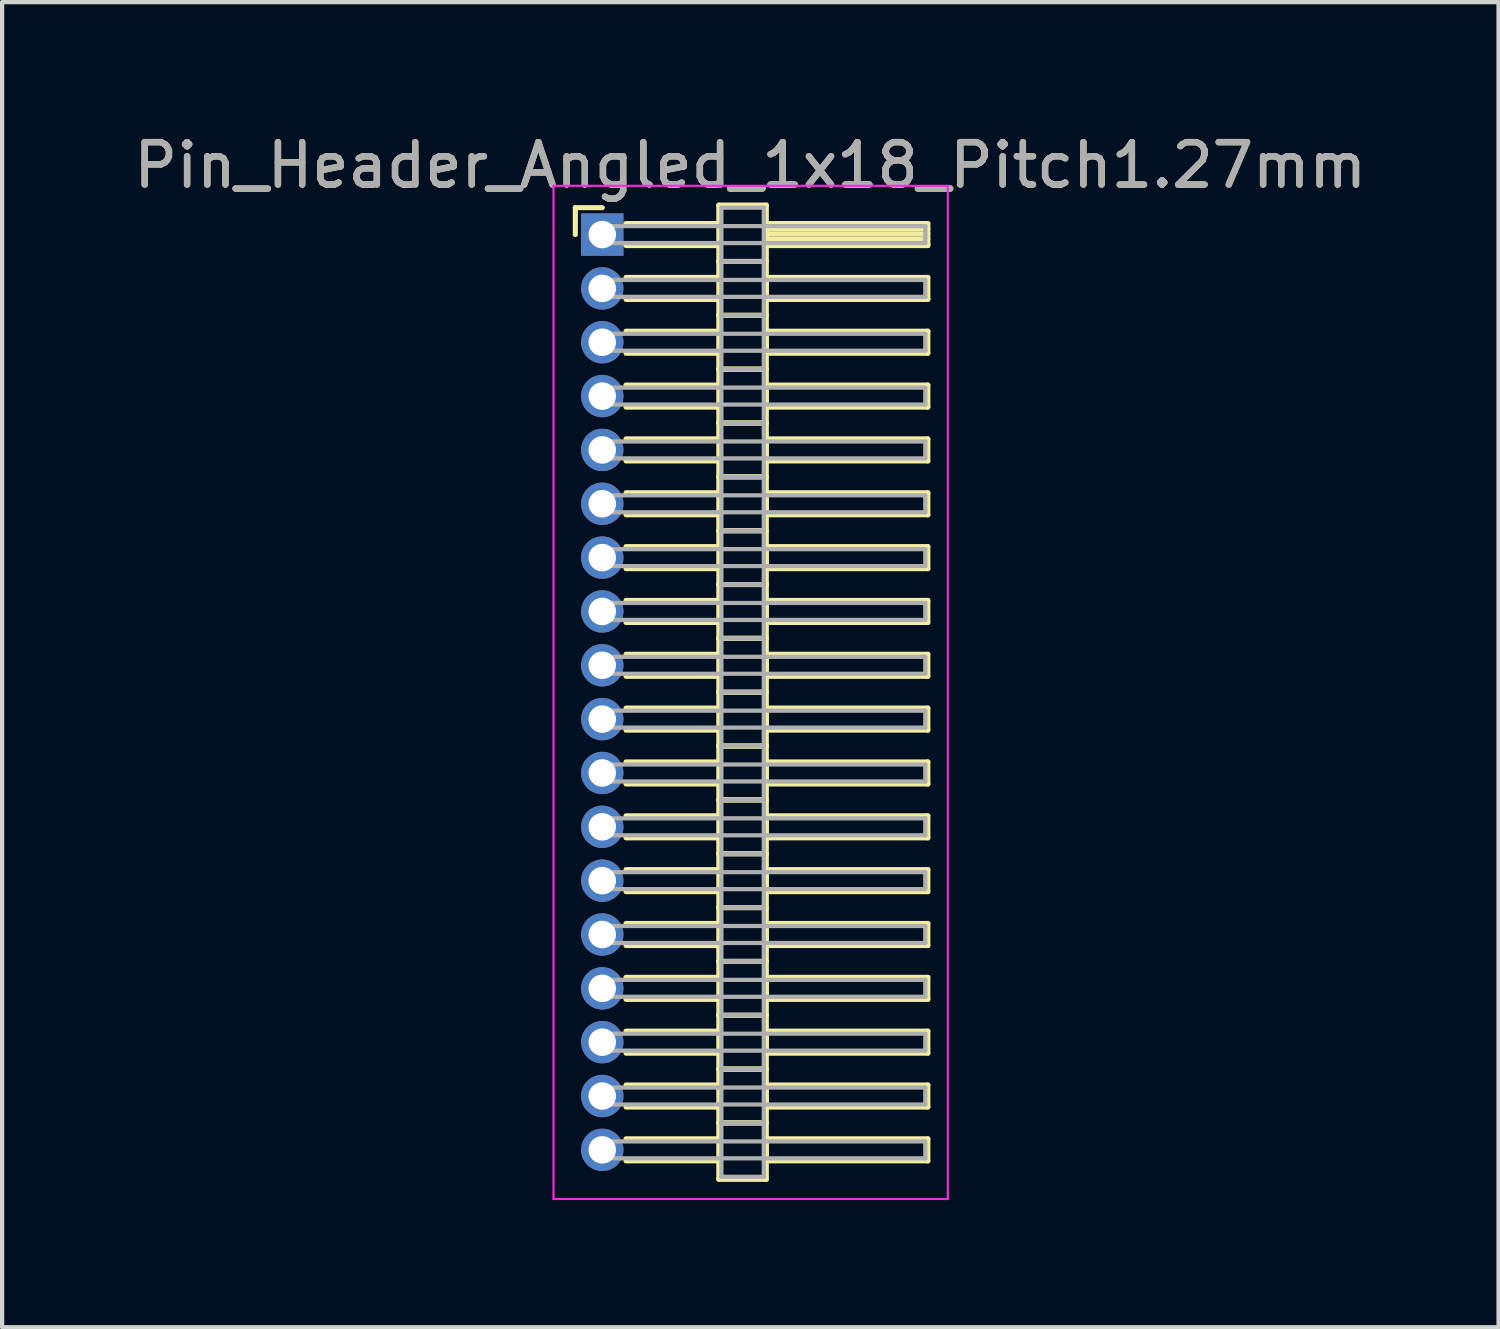
<source format=kicad_pcb>
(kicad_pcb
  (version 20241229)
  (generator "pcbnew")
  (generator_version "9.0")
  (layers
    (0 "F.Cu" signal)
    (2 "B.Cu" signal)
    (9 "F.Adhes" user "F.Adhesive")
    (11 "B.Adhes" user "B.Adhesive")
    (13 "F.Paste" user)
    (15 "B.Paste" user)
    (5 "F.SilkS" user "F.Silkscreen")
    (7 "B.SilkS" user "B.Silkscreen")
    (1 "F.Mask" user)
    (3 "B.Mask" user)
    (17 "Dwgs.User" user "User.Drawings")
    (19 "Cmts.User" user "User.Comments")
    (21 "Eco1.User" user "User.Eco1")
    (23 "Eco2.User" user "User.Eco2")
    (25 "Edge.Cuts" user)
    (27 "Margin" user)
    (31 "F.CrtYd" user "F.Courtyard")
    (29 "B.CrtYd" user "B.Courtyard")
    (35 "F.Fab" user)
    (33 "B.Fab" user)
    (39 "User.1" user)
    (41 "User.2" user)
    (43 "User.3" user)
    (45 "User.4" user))
  (footprint "Pin_Header_Angled_1x18_Pitch1.27mm"
    (layer "F.Cu")
    (at 11.156 2.483)
    (property "Reference" "Pin_Header_Angled_1x18_Pitch1.27mm" (at 3.493 -1.635 0) (layer "F.SilkS") (effects (font (size 1 1) (thickness 0.15))))
    (attr through_hole)
    (fp_line (start -0.635 -0.635) (end 0 -0.635) (stroke (width 0.12) (type solid)) (layer "F.SilkS"))
    (fp_line (start -0.635 0) (end -0.635 -0.635) (stroke (width 0.12) (type solid)) (layer "F.SilkS"))
    (fp_line (start 0.56 -0.26) (end 2.75 -0.26) (stroke (width 0.12) (type solid)) (layer "F.SilkS"))
    (fp_line (start 0.56 0.26) (end 2.75 0.26) (stroke (width 0.12) (type solid)) (layer "F.SilkS"))
    (fp_line (start 0.56 1.01) (end 2.75 1.01) (stroke (width 0.12) (type solid)) (layer "F.SilkS"))
    (fp_line (start 0.56 1.53) (end 2.75 1.53) (stroke (width 0.12) (type solid)) (layer "F.SilkS"))
    (fp_line (start 0.56 2.28) (end 2.75 2.28) (stroke (width 0.12) (type solid)) (layer "F.SilkS"))
    (fp_line (start 0.56 2.8) (end 2.75 2.8) (stroke (width 0.12) (type solid)) (layer "F.SilkS"))
    (fp_line (start 0.56 3.55) (end 2.75 3.55) (stroke (width 0.12) (type solid)) (layer "F.SilkS"))
    (fp_line (start 0.56 4.07) (end 2.75 4.07) (stroke (width 0.12) (type solid)) (layer "F.SilkS"))
    (fp_line (start 0.56 4.82) (end 2.75 4.82) (stroke (width 0.12) (type solid)) (layer "F.SilkS"))
    (fp_line (start 0.56 5.34) (end 2.75 5.34) (stroke (width 0.12) (type solid)) (layer "F.SilkS"))
    (fp_line (start 0.56 6.09) (end 2.75 6.09) (stroke (width 0.12) (type solid)) (layer "F.SilkS"))
    (fp_line (start 0.56 6.61) (end 2.75 6.61) (stroke (width 0.12) (type solid)) (layer "F.SilkS"))
    (fp_line (start 0.56 7.36) (end 2.75 7.36) (stroke (width 0.12) (type solid)) (layer "F.SilkS"))
    (fp_line (start 0.56 7.88) (end 2.75 7.88) (stroke (width 0.12) (type solid)) (layer "F.SilkS"))
    (fp_line (start 0.56 8.63) (end 2.75 8.63) (stroke (width 0.12) (type solid)) (layer "F.SilkS"))
    (fp_line (start 0.56 9.15) (end 2.75 9.15) (stroke (width 0.12) (type solid)) (layer "F.SilkS"))
    (fp_line (start 0.56 9.9) (end 2.75 9.9) (stroke (width 0.12) (type solid)) (layer "F.SilkS"))
    (fp_line (start 0.56 10.42) (end 2.75 10.42) (stroke (width 0.12) (type solid)) (layer "F.SilkS"))
    (fp_line (start 0.56 11.17) (end 2.75 11.17) (stroke (width 0.12) (type solid)) (layer "F.SilkS"))
    (fp_line (start 0.56 11.69) (end 2.75 11.69) (stroke (width 0.12) (type solid)) (layer "F.SilkS"))
    (fp_line (start 0.56 12.44) (end 2.75 12.44) (stroke (width 0.12) (type solid)) (layer "F.SilkS"))
    (fp_line (start 0.56 12.96) (end 2.75 12.96) (stroke (width 0.12) (type solid)) (layer "F.SilkS"))
    (fp_line (start 0.56 13.71) (end 2.75 13.71) (stroke (width 0.12) (type solid)) (layer "F.SilkS"))
    (fp_line (start 0.56 14.23) (end 2.75 14.23) (stroke (width 0.12) (type solid)) (layer "F.SilkS"))
    (fp_line (start 0.56 14.98) (end 2.75 14.98) (stroke (width 0.12) (type solid)) (layer "F.SilkS"))
    (fp_line (start 0.56 15.5) (end 2.75 15.5) (stroke (width 0.12) (type solid)) (layer "F.SilkS"))
    (fp_line (start 0.56 16.25) (end 2.75 16.25) (stroke (width 0.12) (type solid)) (layer "F.SilkS"))
    (fp_line (start 0.56 16.77) (end 2.75 16.77) (stroke (width 0.12) (type solid)) (layer "F.SilkS"))
    (fp_line (start 0.56 17.52) (end 2.75 17.52) (stroke (width 0.12) (type solid)) (layer "F.SilkS"))
    (fp_line (start 0.56 18.04) (end 2.75 18.04) (stroke (width 0.12) (type solid)) (layer "F.SilkS"))
    (fp_line (start 0.56 18.79) (end 2.75 18.79) (stroke (width 0.12) (type solid)) (layer "F.SilkS"))
    (fp_line (start 0.56 19.31) (end 2.75 19.31) (stroke (width 0.12) (type solid)) (layer "F.SilkS"))
    (fp_line (start 0.56 20.06) (end 2.75 20.06) (stroke (width 0.12) (type solid)) (layer "F.SilkS"))
    (fp_line (start 0.56 20.58) (end 2.75 20.58) (stroke (width 0.12) (type solid)) (layer "F.SilkS"))
    (fp_line (start 0.56 21.33) (end 2.75 21.33) (stroke (width 0.12) (type solid)) (layer "F.SilkS"))
    (fp_line (start 0.56 21.85) (end 2.75 21.85) (stroke (width 0.12) (type solid)) (layer "F.SilkS"))
    (fp_line (start 2.75 -0.695) (end 2.75 0.635) (stroke (width 0.12) (type solid)) (layer "F.SilkS"))
    (fp_line (start 2.75 0.635) (end 2.75 1.905) (stroke (width 0.12) (type solid)) (layer "F.SilkS"))
    (fp_line (start 2.75 0.635) (end 3.87 0.635) (stroke (width 0.12) (type solid)) (layer "F.SilkS"))
    (fp_line (start 2.75 1.905) (end 2.75 3.175) (stroke (width 0.12) (type solid)) (layer "F.SilkS"))
    (fp_line (start 2.75 1.905) (end 3.87 1.905) (stroke (width 0.12) (type solid)) (layer "F.SilkS"))
    (fp_line (start 2.75 3.175) (end 2.75 4.445) (stroke (width 0.12) (type solid)) (layer "F.SilkS"))
    (fp_line (start 2.75 3.175) (end 3.87 3.175) (stroke (width 0.12) (type solid)) (layer "F.SilkS"))
    (fp_line (start 2.75 4.445) (end 2.75 5.715) (stroke (width 0.12) (type solid)) (layer "F.SilkS"))
    (fp_line (start 2.75 4.445) (end 3.87 4.445) (stroke (width 0.12) (type solid)) (layer "F.SilkS"))
    (fp_line (start 2.75 5.715) (end 2.75 6.985) (stroke (width 0.12) (type solid)) (layer "F.SilkS"))
    (fp_line (start 2.75 5.715) (end 3.87 5.715) (stroke (width 0.12) (type solid)) (layer "F.SilkS"))
    (fp_line (start 2.75 6.985) (end 2.75 8.255) (stroke (width 0.12) (type solid)) (layer "F.SilkS"))
    (fp_line (start 2.75 6.985) (end 3.87 6.985) (stroke (width 0.12) (type solid)) (layer "F.SilkS"))
    (fp_line (start 2.75 8.255) (end 2.75 9.525) (stroke (width 0.12) (type solid)) (layer "F.SilkS"))
    (fp_line (start 2.75 8.255) (end 3.87 8.255) (stroke (width 0.12) (type solid)) (layer "F.SilkS"))
    (fp_line (start 2.75 9.525) (end 2.75 10.795) (stroke (width 0.12) (type solid)) (layer "F.SilkS"))
    (fp_line (start 2.75 9.525) (end 3.87 9.525) (stroke (width 0.12) (type solid)) (layer "F.SilkS"))
    (fp_line (start 2.75 10.795) (end 2.75 12.065) (stroke (width 0.12) (type solid)) (layer "F.SilkS"))
    (fp_line (start 2.75 10.795) (end 3.87 10.795) (stroke (width 0.12) (type solid)) (layer "F.SilkS"))
    (fp_line (start 2.75 12.065) (end 2.75 13.335) (stroke (width 0.12) (type solid)) (layer "F.SilkS"))
    (fp_line (start 2.75 12.065) (end 3.87 12.065) (stroke (width 0.12) (type solid)) (layer "F.SilkS"))
    (fp_line (start 2.75 13.335) (end 2.75 14.605) (stroke (width 0.12) (type solid)) (layer "F.SilkS"))
    (fp_line (start 2.75 13.335) (end 3.87 13.335) (stroke (width 0.12) (type solid)) (layer "F.SilkS"))
    (fp_line (start 2.75 14.605) (end 2.75 15.875) (stroke (width 0.12) (type solid)) (layer "F.SilkS"))
    (fp_line (start 2.75 14.605) (end 3.87 14.605) (stroke (width 0.12) (type solid)) (layer "F.SilkS"))
    (fp_line (start 2.75 15.875) (end 2.75 17.145) (stroke (width 0.12) (type solid)) (layer "F.SilkS"))
    (fp_line (start 2.75 15.875) (end 3.87 15.875) (stroke (width 0.12) (type solid)) (layer "F.SilkS"))
    (fp_line (start 2.75 17.145) (end 2.75 18.415) (stroke (width 0.12) (type solid)) (layer "F.SilkS"))
    (fp_line (start 2.75 17.145) (end 3.87 17.145) (stroke (width 0.12) (type solid)) (layer "F.SilkS"))
    (fp_line (start 2.75 18.415) (end 2.75 19.685) (stroke (width 0.12) (type solid)) (layer "F.SilkS"))
    (fp_line (start 2.75 18.415) (end 3.87 18.415) (stroke (width 0.12) (type solid)) (layer "F.SilkS"))
    (fp_line (start 2.75 19.685) (end 2.75 20.955) (stroke (width 0.12) (type solid)) (layer "F.SilkS"))
    (fp_line (start 2.75 19.685) (end 3.87 19.685) (stroke (width 0.12) (type solid)) (layer "F.SilkS"))
    (fp_line (start 2.75 20.955) (end 2.75 22.285) (stroke (width 0.12) (type solid)) (layer "F.SilkS"))
    (fp_line (start 2.75 20.955) (end 3.87 20.955) (stroke (width 0.12) (type solid)) (layer "F.SilkS"))
    (fp_line (start 2.75 22.285) (end 3.87 22.285) (stroke (width 0.12) (type solid)) (layer "F.SilkS"))
    (fp_line (start 3.87 -0.695) (end 2.75 -0.695) (stroke (width 0.12) (type solid)) (layer "F.SilkS"))
    (fp_line (start 3.87 -0.26) (end 3.87 0.26) (stroke (width 0.12) (type solid)) (layer "F.SilkS"))
    (fp_line (start 3.87 -0.14) (end 7.68 -0.14) (stroke (width 0.12) (type solid)) (layer "F.SilkS"))
    (fp_line (start 3.87 -0.02) (end 7.68 -0.02) (stroke (width 0.12) (type solid)) (layer "F.SilkS"))
    (fp_line (start 3.87 0.1) (end 7.68 0.1) (stroke (width 0.12) (type solid)) (layer "F.SilkS"))
    (fp_line (start 3.87 0.22) (end 7.68 0.22) (stroke (width 0.12) (type solid)) (layer "F.SilkS"))
    (fp_line (start 3.87 0.26) (end 7.68 0.26) (stroke (width 0.12) (type solid)) (layer "F.SilkS"))
    (fp_line (start 3.87 0.635) (end 2.75 0.635) (stroke (width 0.12) (type solid)) (layer "F.SilkS"))
    (fp_line (start 3.87 0.635) (end 3.87 -0.695) (stroke (width 0.12) (type solid)) (layer "F.SilkS"))
    (fp_line (start 3.87 1.01) (end 3.87 1.53) (stroke (width 0.12) (type solid)) (layer "F.SilkS"))
    (fp_line (start 3.87 1.53) (end 7.68 1.53) (stroke (width 0.12) (type solid)) (layer "F.SilkS"))
    (fp_line (start 3.87 1.905) (end 2.75 1.905) (stroke (width 0.12) (type solid)) (layer "F.SilkS"))
    (fp_line (start 3.87 1.905) (end 3.87 0.635) (stroke (width 0.12) (type solid)) (layer "F.SilkS"))
    (fp_line (start 3.87 2.28) (end 3.87 2.8) (stroke (width 0.12) (type solid)) (layer "F.SilkS"))
    (fp_line (start 3.87 2.8) (end 7.68 2.8) (stroke (width 0.12) (type solid)) (layer "F.SilkS"))
    (fp_line (start 3.87 3.175) (end 2.75 3.175) (stroke (width 0.12) (type solid)) (layer "F.SilkS"))
    (fp_line (start 3.87 3.175) (end 3.87 1.905) (stroke (width 0.12) (type solid)) (layer "F.SilkS"))
    (fp_line (start 3.87 3.55) (end 3.87 4.07) (stroke (width 0.12) (type solid)) (layer "F.SilkS"))
    (fp_line (start 3.87 4.07) (end 7.68 4.07) (stroke (width 0.12) (type solid)) (layer "F.SilkS"))
    (fp_line (start 3.87 4.445) (end 2.75 4.445) (stroke (width 0.12) (type solid)) (layer "F.SilkS"))
    (fp_line (start 3.87 4.445) (end 3.87 3.175) (stroke (width 0.12) (type solid)) (layer "F.SilkS"))
    (fp_line (start 3.87 4.82) (end 3.87 5.34) (stroke (width 0.12) (type solid)) (layer "F.SilkS"))
    (fp_line (start 3.87 5.34) (end 7.68 5.34) (stroke (width 0.12) (type solid)) (layer "F.SilkS"))
    (fp_line (start 3.87 5.715) (end 2.75 5.715) (stroke (width 0.12) (type solid)) (layer "F.SilkS"))
    (fp_line (start 3.87 5.715) (end 3.87 4.445) (stroke (width 0.12) (type solid)) (layer "F.SilkS"))
    (fp_line (start 3.87 6.09) (end 3.87 6.61) (stroke (width 0.12) (type solid)) (layer "F.SilkS"))
    (fp_line (start 3.87 6.61) (end 7.68 6.61) (stroke (width 0.12) (type solid)) (layer "F.SilkS"))
    (fp_line (start 3.87 6.985) (end 2.75 6.985) (stroke (width 0.12) (type solid)) (layer "F.SilkS"))
    (fp_line (start 3.87 6.985) (end 3.87 5.715) (stroke (width 0.12) (type solid)) (layer "F.SilkS"))
    (fp_line (start 3.87 7.36) (end 3.87 7.88) (stroke (width 0.12) (type solid)) (layer "F.SilkS"))
    (fp_line (start 3.87 7.88) (end 7.68 7.88) (stroke (width 0.12) (type solid)) (layer "F.SilkS"))
    (fp_line (start 3.87 8.255) (end 2.75 8.255) (stroke (width 0.12) (type solid)) (layer "F.SilkS"))
    (fp_line (start 3.87 8.255) (end 3.87 6.985) (stroke (width 0.12) (type solid)) (layer "F.SilkS"))
    (fp_line (start 3.87 8.63) (end 3.87 9.15) (stroke (width 0.12) (type solid)) (layer "F.SilkS"))
    (fp_line (start 3.87 9.15) (end 7.68 9.15) (stroke (width 0.12) (type solid)) (layer "F.SilkS"))
    (fp_line (start 3.87 9.525) (end 2.75 9.525) (stroke (width 0.12) (type solid)) (layer "F.SilkS"))
    (fp_line (start 3.87 9.525) (end 3.87 8.255) (stroke (width 0.12) (type solid)) (layer "F.SilkS"))
    (fp_line (start 3.87 9.9) (end 3.87 10.42) (stroke (width 0.12) (type solid)) (layer "F.SilkS"))
    (fp_line (start 3.87 10.42) (end 7.68 10.42) (stroke (width 0.12) (type solid)) (layer "F.SilkS"))
    (fp_line (start 3.87 10.795) (end 2.75 10.795) (stroke (width 0.12) (type solid)) (layer "F.SilkS"))
    (fp_line (start 3.87 10.795) (end 3.87 9.525) (stroke (width 0.12) (type solid)) (layer "F.SilkS"))
    (fp_line (start 3.87 11.17) (end 3.87 11.69) (stroke (width 0.12) (type solid)) (layer "F.SilkS"))
    (fp_line (start 3.87 11.69) (end 7.68 11.69) (stroke (width 0.12) (type solid)) (layer "F.SilkS"))
    (fp_line (start 3.87 12.065) (end 2.75 12.065) (stroke (width 0.12) (type solid)) (layer "F.SilkS"))
    (fp_line (start 3.87 12.065) (end 3.87 10.795) (stroke (width 0.12) (type solid)) (layer "F.SilkS"))
    (fp_line (start 3.87 12.44) (end 3.87 12.96) (stroke (width 0.12) (type solid)) (layer "F.SilkS"))
    (fp_line (start 3.87 12.96) (end 7.68 12.96) (stroke (width 0.12) (type solid)) (layer "F.SilkS"))
    (fp_line (start 3.87 13.335) (end 2.75 13.335) (stroke (width 0.12) (type solid)) (layer "F.SilkS"))
    (fp_line (start 3.87 13.335) (end 3.87 12.065) (stroke (width 0.12) (type solid)) (layer "F.SilkS"))
    (fp_line (start 3.87 13.71) (end 3.87 14.23) (stroke (width 0.12) (type solid)) (layer "F.SilkS"))
    (fp_line (start 3.87 14.23) (end 7.68 14.23) (stroke (width 0.12) (type solid)) (layer "F.SilkS"))
    (fp_line (start 3.87 14.605) (end 2.75 14.605) (stroke (width 0.12) (type solid)) (layer "F.SilkS"))
    (fp_line (start 3.87 14.605) (end 3.87 13.335) (stroke (width 0.12) (type solid)) (layer "F.SilkS"))
    (fp_line (start 3.87 14.98) (end 3.87 15.5) (stroke (width 0.12) (type solid)) (layer "F.SilkS"))
    (fp_line (start 3.87 15.5) (end 7.68 15.5) (stroke (width 0.12) (type solid)) (layer "F.SilkS"))
    (fp_line (start 3.87 15.875) (end 2.75 15.875) (stroke (width 0.12) (type solid)) (layer "F.SilkS"))
    (fp_line (start 3.87 15.875) (end 3.87 14.605) (stroke (width 0.12) (type solid)) (layer "F.SilkS"))
    (fp_line (start 3.87 16.25) (end 3.87 16.77) (stroke (width 0.12) (type solid)) (layer "F.SilkS"))
    (fp_line (start 3.87 16.77) (end 7.68 16.77) (stroke (width 0.12) (type solid)) (layer "F.SilkS"))
    (fp_line (start 3.87 17.145) (end 2.75 17.145) (stroke (width 0.12) (type solid)) (layer "F.SilkS"))
    (fp_line (start 3.87 17.145) (end 3.87 15.875) (stroke (width 0.12) (type solid)) (layer "F.SilkS"))
    (fp_line (start 3.87 17.52) (end 3.87 18.04) (stroke (width 0.12) (type solid)) (layer "F.SilkS"))
    (fp_line (start 3.87 18.04) (end 7.68 18.04) (stroke (width 0.12) (type solid)) (layer "F.SilkS"))
    (fp_line (start 3.87 18.415) (end 2.75 18.415) (stroke (width 0.12) (type solid)) (layer "F.SilkS"))
    (fp_line (start 3.87 18.415) (end 3.87 17.145) (stroke (width 0.12) (type solid)) (layer "F.SilkS"))
    (fp_line (start 3.87 18.79) (end 3.87 19.31) (stroke (width 0.12) (type solid)) (layer "F.SilkS"))
    (fp_line (start 3.87 19.31) (end 7.68 19.31) (stroke (width 0.12) (type solid)) (layer "F.SilkS"))
    (fp_line (start 3.87 19.685) (end 2.75 19.685) (stroke (width 0.12) (type solid)) (layer "F.SilkS"))
    (fp_line (start 3.87 19.685) (end 3.87 18.415) (stroke (width 0.12) (type solid)) (layer "F.SilkS"))
    (fp_line (start 3.87 20.06) (end 3.87 20.58) (stroke (width 0.12) (type solid)) (layer "F.SilkS"))
    (fp_line (start 3.87 20.58) (end 7.68 20.58) (stroke (width 0.12) (type solid)) (layer "F.SilkS"))
    (fp_line (start 3.87 20.955) (end 2.75 20.955) (stroke (width 0.12) (type solid)) (layer "F.SilkS"))
    (fp_line (start 3.87 20.955) (end 3.87 19.685) (stroke (width 0.12) (type solid)) (layer "F.SilkS"))
    (fp_line (start 3.87 21.33) (end 3.87 21.85) (stroke (width 0.12) (type solid)) (layer "F.SilkS"))
    (fp_line (start 3.87 21.85) (end 7.68 21.85) (stroke (width 0.12) (type solid)) (layer "F.SilkS"))
    (fp_line (start 3.87 22.285) (end 3.87 20.955) (stroke (width 0.12) (type solid)) (layer "F.SilkS"))
    (fp_line (start 7.68 -0.26) (end 3.87 -0.26) (stroke (width 0.12) (type solid)) (layer "F.SilkS"))
    (fp_line (start 7.68 0.26) (end 7.68 -0.26) (stroke (width 0.12) (type solid)) (layer "F.SilkS"))
    (fp_line (start 7.68 1.01) (end 3.87 1.01) (stroke (width 0.12) (type solid)) (layer "F.SilkS"))
    (fp_line (start 7.68 1.53) (end 7.68 1.01) (stroke (width 0.12) (type solid)) (layer "F.SilkS"))
    (fp_line (start 7.68 2.28) (end 3.87 2.28) (stroke (width 0.12) (type solid)) (layer "F.SilkS"))
    (fp_line (start 7.68 2.8) (end 7.68 2.28) (stroke (width 0.12) (type solid)) (layer "F.SilkS"))
    (fp_line (start 7.68 3.55) (end 3.87 3.55) (stroke (width 0.12) (type solid)) (layer "F.SilkS"))
    (fp_line (start 7.68 4.07) (end 7.68 3.55) (stroke (width 0.12) (type solid)) (layer "F.SilkS"))
    (fp_line (start 7.68 4.82) (end 3.87 4.82) (stroke (width 0.12) (type solid)) (layer "F.SilkS"))
    (fp_line (start 7.68 5.34) (end 7.68 4.82) (stroke (width 0.12) (type solid)) (layer "F.SilkS"))
    (fp_line (start 7.68 6.09) (end 3.87 6.09) (stroke (width 0.12) (type solid)) (layer "F.SilkS"))
    (fp_line (start 7.68 6.61) (end 7.68 6.09) (stroke (width 0.12) (type solid)) (layer "F.SilkS"))
    (fp_line (start 7.68 7.36) (end 3.87 7.36) (stroke (width 0.12) (type solid)) (layer "F.SilkS"))
    (fp_line (start 7.68 7.88) (end 7.68 7.36) (stroke (width 0.12) (type solid)) (layer "F.SilkS"))
    (fp_line (start 7.68 8.63) (end 3.87 8.63) (stroke (width 0.12) (type solid)) (layer "F.SilkS"))
    (fp_line (start 7.68 9.15) (end 7.68 8.63) (stroke (width 0.12) (type solid)) (layer "F.SilkS"))
    (fp_line (start 7.68 9.9) (end 3.87 9.9) (stroke (width 0.12) (type solid)) (layer "F.SilkS"))
    (fp_line (start 7.68 10.42) (end 7.68 9.9) (stroke (width 0.12) (type solid)) (layer "F.SilkS"))
    (fp_line (start 7.68 11.17) (end 3.87 11.17) (stroke (width 0.12) (type solid)) (layer "F.SilkS"))
    (fp_line (start 7.68 11.69) (end 7.68 11.17) (stroke (width 0.12) (type solid)) (layer "F.SilkS"))
    (fp_line (start 7.68 12.44) (end 3.87 12.44) (stroke (width 0.12) (type solid)) (layer "F.SilkS"))
    (fp_line (start 7.68 12.96) (end 7.68 12.44) (stroke (width 0.12) (type solid)) (layer "F.SilkS"))
    (fp_line (start 7.68 13.71) (end 3.87 13.71) (stroke (width 0.12) (type solid)) (layer "F.SilkS"))
    (fp_line (start 7.68 14.23) (end 7.68 13.71) (stroke (width 0.12) (type solid)) (layer "F.SilkS"))
    (fp_line (start 7.68 14.98) (end 3.87 14.98) (stroke (width 0.12) (type solid)) (layer "F.SilkS"))
    (fp_line (start 7.68 15.5) (end 7.68 14.98) (stroke (width 0.12) (type solid)) (layer "F.SilkS"))
    (fp_line (start 7.68 16.25) (end 3.87 16.25) (stroke (width 0.12) (type solid)) (layer "F.SilkS"))
    (fp_line (start 7.68 16.77) (end 7.68 16.25) (stroke (width 0.12) (type solid)) (layer "F.SilkS"))
    (fp_line (start 7.68 17.52) (end 3.87 17.52) (stroke (width 0.12) (type solid)) (layer "F.SilkS"))
    (fp_line (start 7.68 18.04) (end 7.68 17.52) (stroke (width 0.12) (type solid)) (layer "F.SilkS"))
    (fp_line (start 7.68 18.79) (end 3.87 18.79) (stroke (width 0.12) (type solid)) (layer "F.SilkS"))
    (fp_line (start 7.68 19.31) (end 7.68 18.79) (stroke (width 0.12) (type solid)) (layer "F.SilkS"))
    (fp_line (start 7.68 20.06) (end 3.87 20.06) (stroke (width 0.12) (type solid)) (layer "F.SilkS"))
    (fp_line (start 7.68 20.58) (end 7.68 20.06) (stroke (width 0.12) (type solid)) (layer "F.SilkS"))
    (fp_line (start 7.68 21.33) (end 3.87 21.33) (stroke (width 0.12) (type solid)) (layer "F.SilkS"))
    (fp_line (start 7.68 21.85) (end 7.68 21.33) (stroke (width 0.12) (type solid)) (layer "F.SilkS"))
    (fp_line (start -1.15 -1.15) (end -1.15 22.75) (stroke (width 0.05) (type solid)) (layer "F.CrtYd"))
    (fp_line (start -1.15 22.75) (end 8.15 22.75) (stroke (width 0.05) (type solid)) (layer "F.CrtYd"))
    (fp_line (start 8.15 -1.15) (end -1.15 -1.15) (stroke (width 0.05) (type solid)) (layer "F.CrtYd"))
    (fp_line (start 8.15 22.75) (end 8.15 -1.15) (stroke (width 0.05) (type solid)) (layer "F.CrtYd"))
    (fp_line (start 0 -0.2) (end 0 0.2) (stroke (width 0.1) (type solid)) (layer "F.Fab"))
    (fp_line (start 0 0.2) (end 7.62 0.2) (stroke (width 0.1) (type solid)) (layer "F.Fab"))
    (fp_line (start 0 1.07) (end 0 1.47) (stroke (width 0.1) (type solid)) (layer "F.Fab"))
    (fp_line (start 0 1.47) (end 7.62 1.47) (stroke (width 0.1) (type solid)) (layer "F.Fab"))
    (fp_line (start 0 2.34) (end 0 2.74) (stroke (width 0.1) (type solid)) (layer "F.Fab"))
    (fp_line (start 0 2.74) (end 7.62 2.74) (stroke (width 0.1) (type solid)) (layer "F.Fab"))
    (fp_line (start 0 3.61) (end 0 4.01) (stroke (width 0.1) (type solid)) (layer "F.Fab"))
    (fp_line (start 0 4.01) (end 7.62 4.01) (stroke (width 0.1) (type solid)) (layer "F.Fab"))
    (fp_line (start 0 4.88) (end 0 5.28) (stroke (width 0.1) (type solid)) (layer "F.Fab"))
    (fp_line (start 0 5.28) (end 7.62 5.28) (stroke (width 0.1) (type solid)) (layer "F.Fab"))
    (fp_line (start 0 6.15) (end 0 6.55) (stroke (width 0.1) (type solid)) (layer "F.Fab"))
    (fp_line (start 0 6.55) (end 7.62 6.55) (stroke (width 0.1) (type solid)) (layer "F.Fab"))
    (fp_line (start 0 7.42) (end 0 7.82) (stroke (width 0.1) (type solid)) (layer "F.Fab"))
    (fp_line (start 0 7.82) (end 7.62 7.82) (stroke (width 0.1) (type solid)) (layer "F.Fab"))
    (fp_line (start 0 8.69) (end 0 9.09) (stroke (width 0.1) (type solid)) (layer "F.Fab"))
    (fp_line (start 0 9.09) (end 7.62 9.09) (stroke (width 0.1) (type solid)) (layer "F.Fab"))
    (fp_line (start 0 9.96) (end 0 10.36) (stroke (width 0.1) (type solid)) (layer "F.Fab"))
    (fp_line (start 0 10.36) (end 7.62 10.36) (stroke (width 0.1) (type solid)) (layer "F.Fab"))
    (fp_line (start 0 11.23) (end 0 11.63) (stroke (width 0.1) (type solid)) (layer "F.Fab"))
    (fp_line (start 0 11.63) (end 7.62 11.63) (stroke (width 0.1) (type solid)) (layer "F.Fab"))
    (fp_line (start 0 12.5) (end 0 12.9) (stroke (width 0.1) (type solid)) (layer "F.Fab"))
    (fp_line (start 0 12.9) (end 7.62 12.9) (stroke (width 0.1) (type solid)) (layer "F.Fab"))
    (fp_line (start 0 13.77) (end 0 14.17) (stroke (width 0.1) (type solid)) (layer "F.Fab"))
    (fp_line (start 0 14.17) (end 7.62 14.17) (stroke (width 0.1) (type solid)) (layer "F.Fab"))
    (fp_line (start 0 15.04) (end 0 15.44) (stroke (width 0.1) (type solid)) (layer "F.Fab"))
    (fp_line (start 0 15.44) (end 7.62 15.44) (stroke (width 0.1) (type solid)) (layer "F.Fab"))
    (fp_line (start 0 16.31) (end 0 16.71) (stroke (width 0.1) (type solid)) (layer "F.Fab"))
    (fp_line (start 0 16.71) (end 7.62 16.71) (stroke (width 0.1) (type solid)) (layer "F.Fab"))
    (fp_line (start 0 17.58) (end 0 17.98) (stroke (width 0.1) (type solid)) (layer "F.Fab"))
    (fp_line (start 0 17.98) (end 7.62 17.98) (stroke (width 0.1) (type solid)) (layer "F.Fab"))
    (fp_line (start 0 18.85) (end 0 19.25) (stroke (width 0.1) (type solid)) (layer "F.Fab"))
    (fp_line (start 0 19.25) (end 7.62 19.25) (stroke (width 0.1) (type solid)) (layer "F.Fab"))
    (fp_line (start 0 20.12) (end 0 20.52) (stroke (width 0.1) (type solid)) (layer "F.Fab"))
    (fp_line (start 0 20.52) (end 7.62 20.52) (stroke (width 0.1) (type solid)) (layer "F.Fab"))
    (fp_line (start 0 21.39) (end 0 21.79) (stroke (width 0.1) (type solid)) (layer "F.Fab"))
    (fp_line (start 0 21.79) (end 7.62 21.79) (stroke (width 0.1) (type solid)) (layer "F.Fab"))
    (fp_line (start 2.81 -0.635) (end 2.81 0.635) (stroke (width 0.1) (type solid)) (layer "F.Fab"))
    (fp_line (start 2.81 0.635) (end 2.81 1.905) (stroke (width 0.1) (type solid)) (layer "F.Fab"))
    (fp_line (start 2.81 0.635) (end 3.81 0.635) (stroke (width 0.1) (type solid)) (layer "F.Fab"))
    (fp_line (start 2.81 1.905) (end 2.81 3.175) (stroke (width 0.1) (type solid)) (layer "F.Fab"))
    (fp_line (start 2.81 1.905) (end 3.81 1.905) (stroke (width 0.1) (type solid)) (layer "F.Fab"))
    (fp_line (start 2.81 3.175) (end 2.81 4.445) (stroke (width 0.1) (type solid)) (layer "F.Fab"))
    (fp_line (start 2.81 3.175) (end 3.81 3.175) (stroke (width 0.1) (type solid)) (layer "F.Fab"))
    (fp_line (start 2.81 4.445) (end 2.81 5.715) (stroke (width 0.1) (type solid)) (layer "F.Fab"))
    (fp_line (start 2.81 4.445) (end 3.81 4.445) (stroke (width 0.1) (type solid)) (layer "F.Fab"))
    (fp_line (start 2.81 5.715) (end 2.81 6.985) (stroke (width 0.1) (type solid)) (layer "F.Fab"))
    (fp_line (start 2.81 5.715) (end 3.81 5.715) (stroke (width 0.1) (type solid)) (layer "F.Fab"))
    (fp_line (start 2.81 6.985) (end 2.81 8.255) (stroke (width 0.1) (type solid)) (layer "F.Fab"))
    (fp_line (start 2.81 6.985) (end 3.81 6.985) (stroke (width 0.1) (type solid)) (layer "F.Fab"))
    (fp_line (start 2.81 8.255) (end 2.81 9.525) (stroke (width 0.1) (type solid)) (layer "F.Fab"))
    (fp_line (start 2.81 8.255) (end 3.81 8.255) (stroke (width 0.1) (type solid)) (layer "F.Fab"))
    (fp_line (start 2.81 9.525) (end 2.81 10.795) (stroke (width 0.1) (type solid)) (layer "F.Fab"))
    (fp_line (start 2.81 9.525) (end 3.81 9.525) (stroke (width 0.1) (type solid)) (layer "F.Fab"))
    (fp_line (start 2.81 10.795) (end 2.81 12.065) (stroke (width 0.1) (type solid)) (layer "F.Fab"))
    (fp_line (start 2.81 10.795) (end 3.81 10.795) (stroke (width 0.1) (type solid)) (layer "F.Fab"))
    (fp_line (start 2.81 12.065) (end 2.81 13.335) (stroke (width 0.1) (type solid)) (layer "F.Fab"))
    (fp_line (start 2.81 12.065) (end 3.81 12.065) (stroke (width 0.1) (type solid)) (layer "F.Fab"))
    (fp_line (start 2.81 13.335) (end 2.81 14.605) (stroke (width 0.1) (type solid)) (layer "F.Fab"))
    (fp_line (start 2.81 13.335) (end 3.81 13.335) (stroke (width 0.1) (type solid)) (layer "F.Fab"))
    (fp_line (start 2.81 14.605) (end 2.81 15.875) (stroke (width 0.1) (type solid)) (layer "F.Fab"))
    (fp_line (start 2.81 14.605) (end 3.81 14.605) (stroke (width 0.1) (type solid)) (layer "F.Fab"))
    (fp_line (start 2.81 15.875) (end 2.81 17.145) (stroke (width 0.1) (type solid)) (layer "F.Fab"))
    (fp_line (start 2.81 15.875) (end 3.81 15.875) (stroke (width 0.1) (type solid)) (layer "F.Fab"))
    (fp_line (start 2.81 17.145) (end 2.81 18.415) (stroke (width 0.1) (type solid)) (layer "F.Fab"))
    (fp_line (start 2.81 17.145) (end 3.81 17.145) (stroke (width 0.1) (type solid)) (layer "F.Fab"))
    (fp_line (start 2.81 18.415) (end 2.81 19.685) (stroke (width 0.1) (type solid)) (layer "F.Fab"))
    (fp_line (start 2.81 18.415) (end 3.81 18.415) (stroke (width 0.1) (type solid)) (layer "F.Fab"))
    (fp_line (start 2.81 19.685) (end 2.81 20.955) (stroke (width 0.1) (type solid)) (layer "F.Fab"))
    (fp_line (start 2.81 19.685) (end 3.81 19.685) (stroke (width 0.1) (type solid)) (layer "F.Fab"))
    (fp_line (start 2.81 20.955) (end 2.81 22.225) (stroke (width 0.1) (type solid)) (layer "F.Fab"))
    (fp_line (start 2.81 20.955) (end 3.81 20.955) (stroke (width 0.1) (type solid)) (layer "F.Fab"))
    (fp_line (start 2.81 22.225) (end 3.81 22.225) (stroke (width 0.1) (type solid)) (layer "F.Fab"))
    (fp_line (start 3.81 -0.635) (end 2.81 -0.635) (stroke (width 0.1) (type solid)) (layer "F.Fab"))
    (fp_line (start 3.81 0.635) (end 2.81 0.635) (stroke (width 0.1) (type solid)) (layer "F.Fab"))
    (fp_line (start 3.81 0.635) (end 3.81 -0.635) (stroke (width 0.1) (type solid)) (layer "F.Fab"))
    (fp_line (start 3.81 1.905) (end 2.81 1.905) (stroke (width 0.1) (type solid)) (layer "F.Fab"))
    (fp_line (start 3.81 1.905) (end 3.81 0.635) (stroke (width 0.1) (type solid)) (layer "F.Fab"))
    (fp_line (start 3.81 3.175) (end 2.81 3.175) (stroke (width 0.1) (type solid)) (layer "F.Fab"))
    (fp_line (start 3.81 3.175) (end 3.81 1.905) (stroke (width 0.1) (type solid)) (layer "F.Fab"))
    (fp_line (start 3.81 4.445) (end 2.81 4.445) (stroke (width 0.1) (type solid)) (layer "F.Fab"))
    (fp_line (start 3.81 4.445) (end 3.81 3.175) (stroke (width 0.1) (type solid)) (layer "F.Fab"))
    (fp_line (start 3.81 5.715) (end 2.81 5.715) (stroke (width 0.1) (type solid)) (layer "F.Fab"))
    (fp_line (start 3.81 5.715) (end 3.81 4.445) (stroke (width 0.1) (type solid)) (layer "F.Fab"))
    (fp_line (start 3.81 6.985) (end 2.81 6.985) (stroke (width 0.1) (type solid)) (layer "F.Fab"))
    (fp_line (start 3.81 6.985) (end 3.81 5.715) (stroke (width 0.1) (type solid)) (layer "F.Fab"))
    (fp_line (start 3.81 8.255) (end 2.81 8.255) (stroke (width 0.1) (type solid)) (layer "F.Fab"))
    (fp_line (start 3.81 8.255) (end 3.81 6.985) (stroke (width 0.1) (type solid)) (layer "F.Fab"))
    (fp_line (start 3.81 9.525) (end 2.81 9.525) (stroke (width 0.1) (type solid)) (layer "F.Fab"))
    (fp_line (start 3.81 9.525) (end 3.81 8.255) (stroke (width 0.1) (type solid)) (layer "F.Fab"))
    (fp_line (start 3.81 10.795) (end 2.81 10.795) (stroke (width 0.1) (type solid)) (layer "F.Fab"))
    (fp_line (start 3.81 10.795) (end 3.81 9.525) (stroke (width 0.1) (type solid)) (layer "F.Fab"))
    (fp_line (start 3.81 12.065) (end 2.81 12.065) (stroke (width 0.1) (type solid)) (layer "F.Fab"))
    (fp_line (start 3.81 12.065) (end 3.81 10.795) (stroke (width 0.1) (type solid)) (layer "F.Fab"))
    (fp_line (start 3.81 13.335) (end 2.81 13.335) (stroke (width 0.1) (type solid)) (layer "F.Fab"))
    (fp_line (start 3.81 13.335) (end 3.81 12.065) (stroke (width 0.1) (type solid)) (layer "F.Fab"))
    (fp_line (start 3.81 14.605) (end 2.81 14.605) (stroke (width 0.1) (type solid)) (layer "F.Fab"))
    (fp_line (start 3.81 14.605) (end 3.81 13.335) (stroke (width 0.1) (type solid)) (layer "F.Fab"))
    (fp_line (start 3.81 15.875) (end 2.81 15.875) (stroke (width 0.1) (type solid)) (layer "F.Fab"))
    (fp_line (start 3.81 15.875) (end 3.81 14.605) (stroke (width 0.1) (type solid)) (layer "F.Fab"))
    (fp_line (start 3.81 17.145) (end 2.81 17.145) (stroke (width 0.1) (type solid)) (layer "F.Fab"))
    (fp_line (start 3.81 17.145) (end 3.81 15.875) (stroke (width 0.1) (type solid)) (layer "F.Fab"))
    (fp_line (start 3.81 18.415) (end 2.81 18.415) (stroke (width 0.1) (type solid)) (layer "F.Fab"))
    (fp_line (start 3.81 18.415) (end 3.81 17.145) (stroke (width 0.1) (type solid)) (layer "F.Fab"))
    (fp_line (start 3.81 19.685) (end 2.81 19.685) (stroke (width 0.1) (type solid)) (layer "F.Fab"))
    (fp_line (start 3.81 19.685) (end 3.81 18.415) (stroke (width 0.1) (type solid)) (layer "F.Fab"))
    (fp_line (start 3.81 20.955) (end 2.81 20.955) (stroke (width 0.1) (type solid)) (layer "F.Fab"))
    (fp_line (start 3.81 20.955) (end 3.81 19.685) (stroke (width 0.1) (type solid)) (layer "F.Fab"))
    (fp_line (start 3.81 22.225) (end 3.81 20.955) (stroke (width 0.1) (type solid)) (layer "F.Fab"))
    (fp_line (start 7.62 -0.2) (end 0 -0.2) (stroke (width 0.1) (type solid)) (layer "F.Fab"))
    (fp_line (start 7.62 0.2) (end 7.62 -0.2) (stroke (width 0.1) (type solid)) (layer "F.Fab"))
    (fp_line (start 7.62 1.07) (end 0 1.07) (stroke (width 0.1) (type solid)) (layer "F.Fab"))
    (fp_line (start 7.62 1.47) (end 7.62 1.07) (stroke (width 0.1) (type solid)) (layer "F.Fab"))
    (fp_line (start 7.62 2.34) (end 0 2.34) (stroke (width 0.1) (type solid)) (layer "F.Fab"))
    (fp_line (start 7.62 2.74) (end 7.62 2.34) (stroke (width 0.1) (type solid)) (layer "F.Fab"))
    (fp_line (start 7.62 3.61) (end 0 3.61) (stroke (width 0.1) (type solid)) (layer "F.Fab"))
    (fp_line (start 7.62 4.01) (end 7.62 3.61) (stroke (width 0.1) (type solid)) (layer "F.Fab"))
    (fp_line (start 7.62 4.88) (end 0 4.88) (stroke (width 0.1) (type solid)) (layer "F.Fab"))
    (fp_line (start 7.62 5.28) (end 7.62 4.88) (stroke (width 0.1) (type solid)) (layer "F.Fab"))
    (fp_line (start 7.62 6.15) (end 0 6.15) (stroke (width 0.1) (type solid)) (layer "F.Fab"))
    (fp_line (start 7.62 6.55) (end 7.62 6.15) (stroke (width 0.1) (type solid)) (layer "F.Fab"))
    (fp_line (start 7.62 7.42) (end 0 7.42) (stroke (width 0.1) (type solid)) (layer "F.Fab"))
    (fp_line (start 7.62 7.82) (end 7.62 7.42) (stroke (width 0.1) (type solid)) (layer "F.Fab"))
    (fp_line (start 7.62 8.69) (end 0 8.69) (stroke (width 0.1) (type solid)) (layer "F.Fab"))
    (fp_line (start 7.62 9.09) (end 7.62 8.69) (stroke (width 0.1) (type solid)) (layer "F.Fab"))
    (fp_line (start 7.62 9.96) (end 0 9.96) (stroke (width 0.1) (type solid)) (layer "F.Fab"))
    (fp_line (start 7.62 10.36) (end 7.62 9.96) (stroke (width 0.1) (type solid)) (layer "F.Fab"))
    (fp_line (start 7.62 11.23) (end 0 11.23) (stroke (width 0.1) (type solid)) (layer "F.Fab"))
    (fp_line (start 7.62 11.63) (end 7.62 11.23) (stroke (width 0.1) (type solid)) (layer "F.Fab"))
    (fp_line (start 7.62 12.5) (end 0 12.5) (stroke (width 0.1) (type solid)) (layer "F.Fab"))
    (fp_line (start 7.62 12.9) (end 7.62 12.5) (stroke (width 0.1) (type solid)) (layer "F.Fab"))
    (fp_line (start 7.62 13.77) (end 0 13.77) (stroke (width 0.1) (type solid)) (layer "F.Fab"))
    (fp_line (start 7.62 14.17) (end 7.62 13.77) (stroke (width 0.1) (type solid)) (layer "F.Fab"))
    (fp_line (start 7.62 15.04) (end 0 15.04) (stroke (width 0.1) (type solid)) (layer "F.Fab"))
    (fp_line (start 7.62 15.44) (end 7.62 15.04) (stroke (width 0.1) (type solid)) (layer "F.Fab"))
    (fp_line (start 7.62 16.31) (end 0 16.31) (stroke (width 0.1) (type solid)) (layer "F.Fab"))
    (fp_line (start 7.62 16.71) (end 7.62 16.31) (stroke (width 0.1) (type solid)) (layer "F.Fab"))
    (fp_line (start 7.62 17.58) (end 0 17.58) (stroke (width 0.1) (type solid)) (layer "F.Fab"))
    (fp_line (start 7.62 17.98) (end 7.62 17.58) (stroke (width 0.1) (type solid)) (layer "F.Fab"))
    (fp_line (start 7.62 18.85) (end 0 18.85) (stroke (width 0.1) (type solid)) (layer "F.Fab"))
    (fp_line (start 7.62 19.25) (end 7.62 18.85) (stroke (width 0.1) (type solid)) (layer "F.Fab"))
    (fp_line (start 7.62 20.12) (end 0 20.12) (stroke (width 0.1) (type solid)) (layer "F.Fab"))
    (fp_line (start 7.62 20.52) (end 7.62 20.12) (stroke (width 0.1) (type solid)) (layer "F.Fab"))
    (fp_line (start 7.62 21.39) (end 0 21.39) (stroke (width 0.1) (type solid)) (layer "F.Fab"))
    (fp_line (start 7.62 21.79) (end 7.62 21.39) (stroke (width 0.1) (type solid)) (layer "F.Fab"))
    (fp_text user "${REFERENCE}" (at 3.493 -1.635 0) (layer "F.Fab") (effects (font (size 1 1) (thickness 0.15))))
    (pad "1" thru_hole rect (at 0 0) (size 1 1) (drill 0.65) (layers "*.Cu" "*.Mask"))
    (pad "2" thru_hole oval (at 0 1.27) (size 1 1) (drill 0.65) (layers "*.Cu" "*.Mask"))
    (pad "3" thru_hole oval (at 0 2.54) (size 1 1) (drill 0.65) (layers "*.Cu" "*.Mask"))
    (pad "4" thru_hole oval (at 0 3.81) (size 1 1) (drill 0.65) (layers "*.Cu" "*.Mask"))
    (pad "5" thru_hole oval (at 0 5.08) (size 1 1) (drill 0.65) (layers "*.Cu" "*.Mask"))
    (pad "6" thru_hole oval (at 0 6.35) (size 1 1) (drill 0.65) (layers "*.Cu" "*.Mask"))
    (pad "7" thru_hole oval (at 0 7.62) (size 1 1) (drill 0.65) (layers "*.Cu" "*.Mask"))
    (pad "8" thru_hole oval (at 0 8.89) (size 1 1) (drill 0.65) (layers "*.Cu" "*.Mask"))
    (pad "9" thru_hole oval (at 0 10.16) (size 1 1) (drill 0.65) (layers "*.Cu" "*.Mask"))
    (pad "10" thru_hole oval (at 0 11.43) (size 1 1) (drill 0.65) (layers "*.Cu" "*.Mask"))
    (pad "11" thru_hole oval (at 0 12.7) (size 1 1) (drill 0.65) (layers "*.Cu" "*.Mask"))
    (pad "12" thru_hole oval (at 0 13.97) (size 1 1) (drill 0.65) (layers "*.Cu" "*.Mask"))
    (pad "13" thru_hole oval (at 0 15.24) (size 1 1) (drill 0.65) (layers "*.Cu" "*.Mask"))
    (pad "14" thru_hole oval (at 0 16.51) (size 1 1) (drill 0.65) (layers "*.Cu" "*.Mask"))
    (pad "15" thru_hole oval (at 0 17.78) (size 1 1) (drill 0.65) (layers "*.Cu" "*.Mask"))
    (pad "16" thru_hole oval (at 0 19.05) (size 1 1) (drill 0.65) (layers "*.Cu" "*.Mask"))
    (pad "17" thru_hole oval (at 0 20.32) (size 1 1) (drill 0.65) (layers "*.Cu" "*.Mask"))
    (pad "18" thru_hole oval (at 0 21.59) (size 1 1) (drill 0.65) (layers "*.Cu" "*.Mask")))
  (gr_rect
    (start -3 -3)
    (end 32.298 28.258)
    (stroke (width 0.1) (type default))
    (fill no)
    (layer "Edge.Cuts")))
</source>
